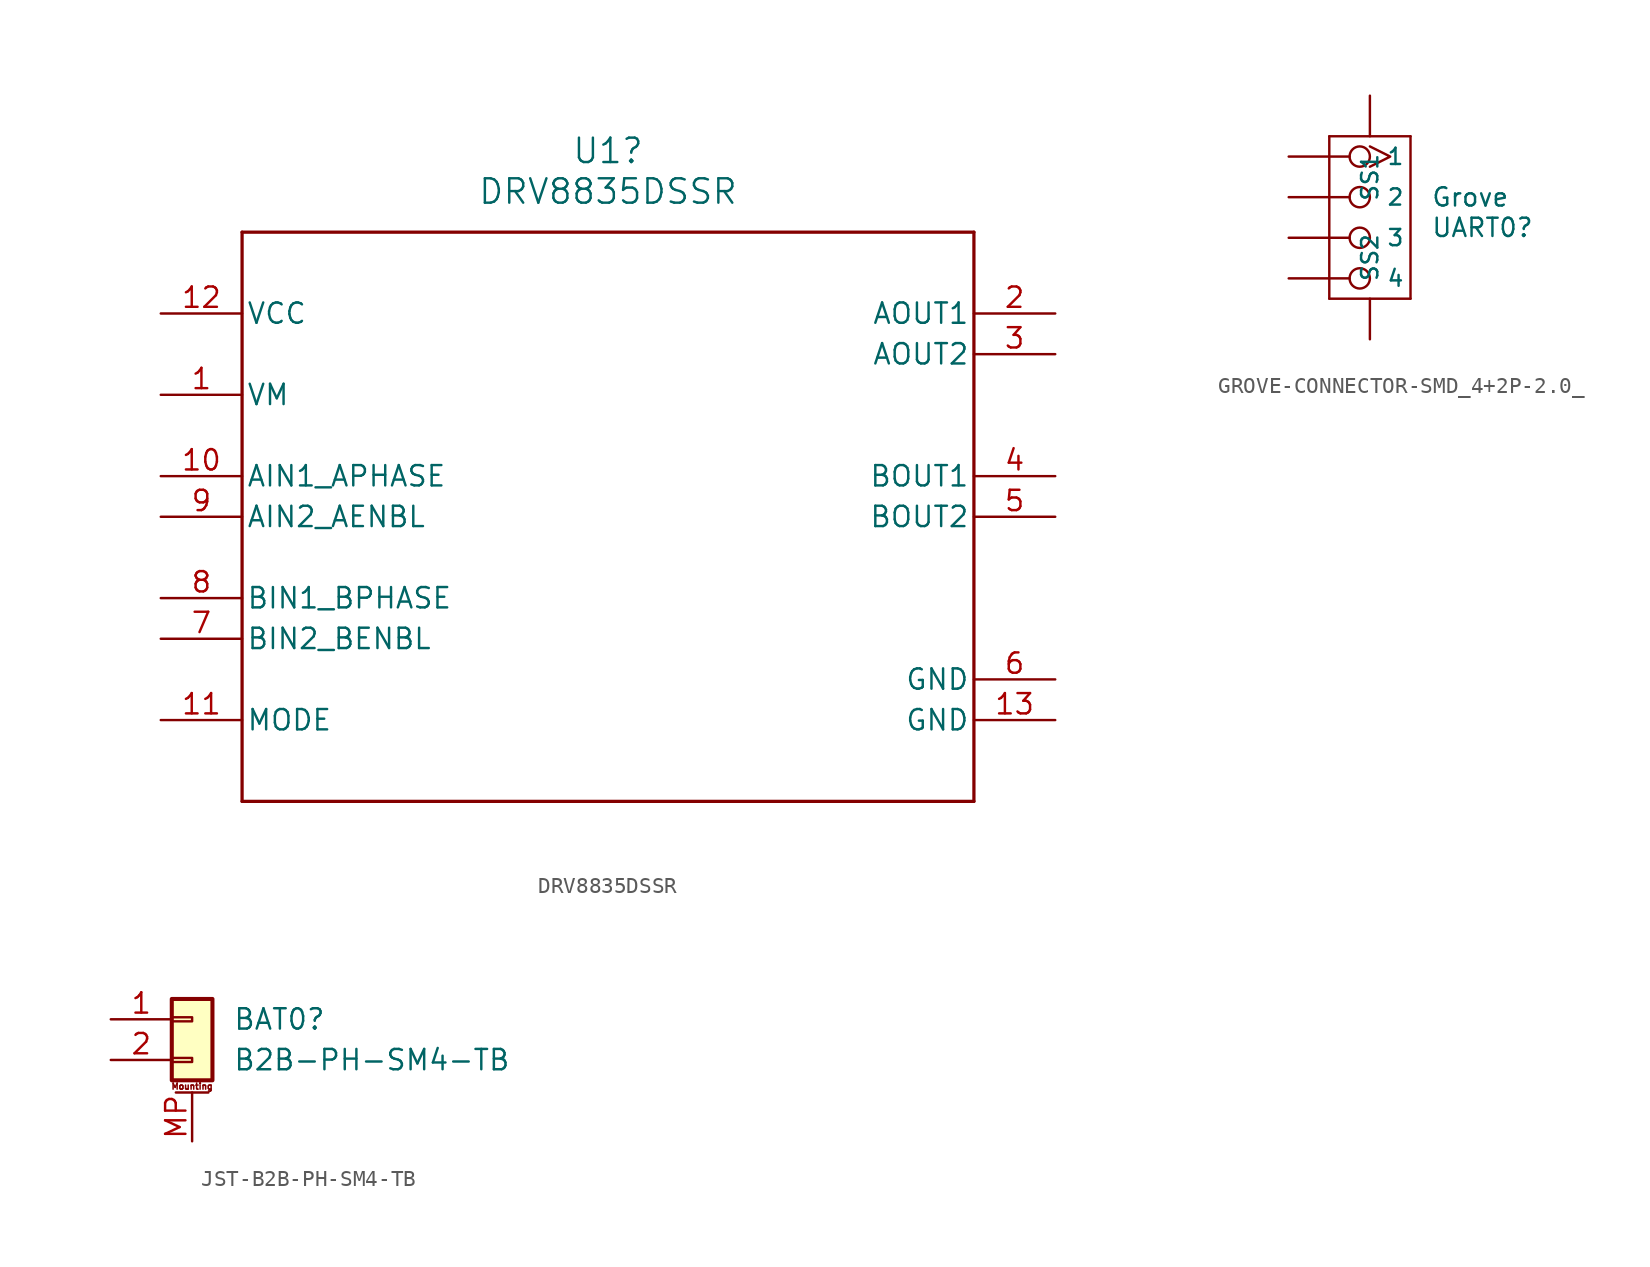
<source format=kicad_sym>
(kicad_symbol_lib
  (version 20241209)
  (generator "kicad_symbol_editor")
  (generator_version "9.0")
  (symbol "DRV8835DSSR"
    (pin_names
      (offset 0.254))
    (property "Reference" "U1"
      (at 0 22.86 0)
      (effects (font (size 1.524 1.524))))
    (property "Value" "DRV8835DSSR"
      (at 0 20.32 0)
      (effects (font (size 1.524 1.524))))
    (symbol "DRV8835DSSR_0_1"
      (polyline (pts (xy -22.86 17.78) (xy -22.86 -17.78)) (stroke (width 0.203) (type default)) (fill (type none)))
      (polyline (pts (xy -22.86 -17.78) (xy 22.86 -17.78)) (stroke (width 0.203) (type default)) (fill (type none)))
      (polyline (pts (xy 22.86 17.78) (xy -22.86 17.78)) (stroke (width 0.203) (type default)) (fill (type none)))
      (polyline (pts (xy 22.86 -17.78) (xy 22.86 17.78)) (stroke (width 0.203) (type default)) (fill (type none)))
      (pin power_in line (at -27.94 12.7 0) (length 5.08) (name "VCC" (effects (font (size 1.27 1.27)))) (number "12" (effects (font (size 1.27 1.27)))))
      (pin power_in line (at -27.94 7.62 0) (length 5.08) (name "VM" (effects (font (size 1.27 1.27)))) (number "1" (effects (font (size 1.27 1.27)))))
      (pin input line (at -27.94 2.54 0) (length 5.08) (name "AIN1_APHASE" (effects (font (size 1.27 1.27)))) (number "10" (effects (font (size 1.27 1.27)))))
      (pin input line (at -27.94 0 0) (length 5.08) (name "AIN2_AENBL" (effects (font (size 1.27 1.27)))) (number "9" (effects (font (size 1.27 1.27)))))
      (pin input line (at -27.94 -5.08 0) (length 5.08) (name "BIN1_BPHASE" (effects (font (size 1.27 1.27)))) (number "8" (effects (font (size 1.27 1.27)))))
      (pin input line (at -27.94 -7.62 0) (length 5.08) (name "BIN2_BENBL" (effects (font (size 1.27 1.27)))) (number "7" (effects (font (size 1.27 1.27)))))
      (pin input line (at -27.94 -12.7 0) (length 5.08) (name "MODE" (effects (font (size 1.27 1.27)))) (number "11" (effects (font (size 1.27 1.27)))))
      (pin output line (at 27.94 12.7 180) (length 5.08) (name "AOUT1" (effects (font (size 1.27 1.27)))) (number "2" (effects (font (size 1.27 1.27)))))
      (pin output line (at 27.94 10.16 180) (length 5.08) (name "AOUT2" (effects (font (size 1.27 1.27)))) (number "3" (effects (font (size 1.27 1.27)))))
      (pin output line (at 27.94 2.54 180) (length 5.08) (name "BOUT1" (effects (font (size 1.27 1.27)))) (number "4" (effects (font (size 1.27 1.27)))))
      (pin output line (at 27.94 0 180) (length 5.08) (name "BOUT2" (effects (font (size 1.27 1.27)))) (number "5" (effects (font (size 1.27 1.27)))))
      (pin power_in line (at 27.94 -10.16 180) (length 5.08) (name "GND" (effects (font (size 1.27 1.27)))) (number "6" (effects (font (size 1.27 1.27)))))
      (pin power_in line (at 27.94 -12.7 180) (length 5.08) (name "GND" (effects (font (size 1.27 1.27)))) (number "13" (effects (font (size 1.27 1.27)))))))
  (symbol "GROVE-CONNECTOR-SMD_4+2P-2.0_"
    (pin_numbers
      (hide yes))
    (pin_names
      (offset 1.016))
    (property "Reference" "UART0"
      (at 3.81 -0.635 0)
      (effects (font (size 1.143 1.143)) (justify left)))
    (property "Value" "Grove"
      (at 3.81 1.27 0)
      (effects (font (size 1.143 1.143)) (justify left)))
    (symbol "GROVE-CONNECTOR-SMD_4+2P-2.0__1_0"
      (polyline (pts (xy -2.54 5.08) (xy 2.54 5.08)) (stroke (width 0) (type solid)) (fill (type none)))
      (polyline (pts (xy -2.54 -5.08) (xy -2.54 5.08)) (stroke (width 0) (type solid)) (fill (type none)))
      (polyline (pts (xy 2.54 5.08) (xy 2.54 -5.08)) (stroke (width 0) (type solid)) (fill (type none)))
      (polyline (pts (xy 2.54 -5.08) (xy -2.54 -5.08)) (stroke (width 0) (type solid)) (fill (type none))))
    (symbol "GROVE-CONNECTOR-SMD_4+2P-2.0__1_1"
      (pin bidirectional inverted_clock (at -5.08 3.81 0) (length 5.08) (name "1" (effects (font (size 1.016 1.016)))) (number "1" (effects (font (size 1.016 1.016)))))
      (pin bidirectional inverted (at -5.08 1.27 0) (length 5.08) (name "2" (effects (font (size 1.016 1.016)))) (number "2" (effects (font (size 1.016 1.016)))))
      (pin input inverted (at -5.08 -1.27 0) (length 5.08) (name "3" (effects (font (size 1.016 1.016)))) (number "3" (effects (font (size 1.016 1.016)))))
      (pin input inverted (at -5.08 -3.81 0) (length 5.08) (name "4" (effects (font (size 1.016 1.016)))) (number "4" (effects (font (size 1.016 1.016)))))
      (pin passive line (at 0 7.62 270) (length 2.54) (name "SS1" (effects (font (size 1.016 1.016)))) (number "5" (effects (font (size 1.016 1.016)))))
      (pin passive line (at 0 -7.62 90) (length 2.54) (name "SS2" (effects (font (size 1.016 1.016)))) (number "6" (effects (font (size 1.016 1.016)))))))
  (symbol "JST-B2B-PH-SM4-TB"
    (pin_names
      (offset 1.016)
      (hide yes))
    (property "Reference" "BAT0"
      (at 2.54 0.0001 0)
      (effects (font (size 1.27 1.27)) (justify left)))
    (property "Value" "B2B-PH-SM4-TB"
      (at 2.54 -2.54 0)
      (effects (font (size 1.27 1.27)) (justify left)))
    (symbol "JST-B2B-PH-SM4-TB_1_1"
      (rectangle (start -1.27 1.27) (end 1.27 -3.81) (stroke (width 0.254) (type default)) (fill (type background)))
      (rectangle (start -1.27 0.127) (end 0 -0.127) (stroke (width 0.152) (type default)) (fill (type none)))
      (rectangle (start -1.27 -2.413) (end 0 -2.667) (stroke (width 0.152) (type default)) (fill (type none)))
      (polyline (pts (xy -1.016 -4.572) (xy 1.016 -4.572)) (stroke (width 0.152) (type default)) (fill (type none)))
      (text "Mounting" (at 0 -4.191 0) (effects (font (size 0.381 0.381))))
      (pin passive line (at -5.08 0 0) (length 3.81) (name "Pin_1" (effects (font (size 1.27 1.27)))) (number "1" (effects (font (size 1.27 1.27)))))
      (pin passive line (at -5.08 -2.54 0) (length 3.81) (name "Pin_2" (effects (font (size 1.27 1.27)))) (number "2" (effects (font (size 1.27 1.27)))))
      (pin passive line (at 0 -7.62 90) (length 3.048) (name "MountPin" (effects (font (size 1.27 1.27)))) (number "MP" (effects (font (size 1.27 1.27))))))))
</source>
